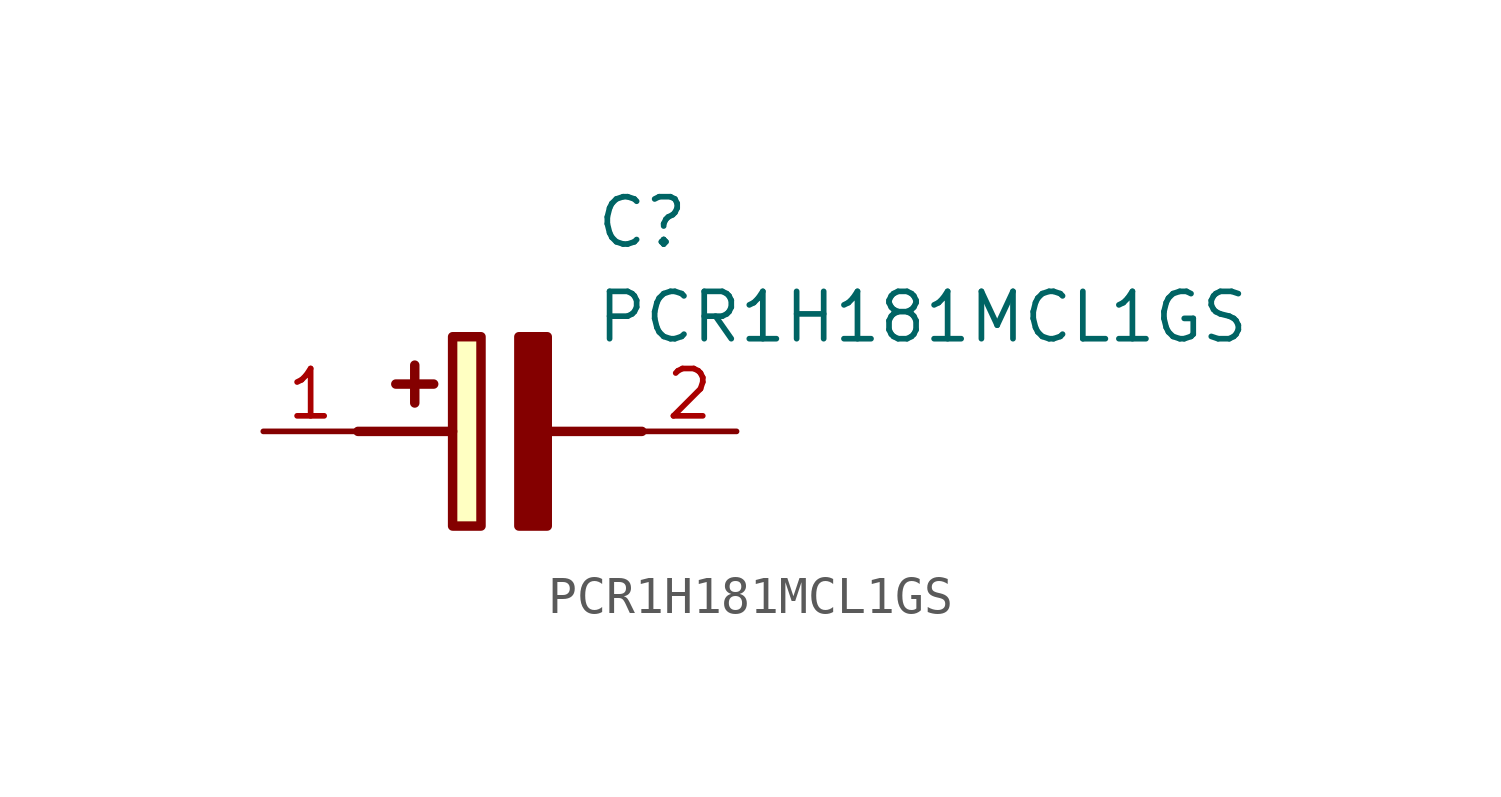
<source format=kicad_sym>
(kicad_symbol_lib
  (version 20211014)
  (generator SamacSys_ECAD_Model)
  (symbol "PCR1H181MCL1GS"
    (pin_names hide)
    (property "Reference" "C"
      (at 8.89 6.35 0)
      (effects (font (size 1.27 1.27)) (justify left top)))
    (property "Value" "PCR1H181MCL1GS"
      (at 8.89 3.81 0)
      (effects (font (size 1.27 1.27)) (justify left top)))
    (rectangle
      (start 5.08 2.54)
      (end 5.842 -2.54)
      (stroke (width 0.254) (type default))
      (fill (type background)))
    (polyline
      (pts (xy 4.572 1.27) (xy 3.556 1.27))
      (stroke (width 0.254) (type default))
      (fill (type none)))
    (polyline
      (pts (xy 4.064 1.778) (xy 4.064 0.762))
      (stroke (width 0.254) (type default))
      (fill (type none)))
    (polyline
      (pts (xy 2.54 0) (xy 5.08 0))
      (stroke (width 0.254) (type default))
      (fill (type none)))
    (polyline
      (pts (xy 7.62 0) (xy 10.16 0))
      (stroke (width 0.254) (type default))
      (fill (type none)))
    (polyline
      (pts (xy 7.62 2.54) (xy 7.62 -2.54) (xy 6.858 -2.54) (xy 6.858 2.54) (xy 7.62 2.54))
      (stroke (width 0.254) (type default))
      (fill (type outline)))
    (pin passive line
      (at 0 0 0)
      (length 2.54)
      (name "+" (effects (font (size 1.27 1.27))))
      (number "1" (effects (font (size 1.27 1.27)))))
    (pin passive line
      (at 12.7 0 180)
      (length 2.54)
      (name "-" (effects (font (size 1.27 1.27))))
      (number "2" (effects (font (size 1.27 1.27)))))))
</source>
